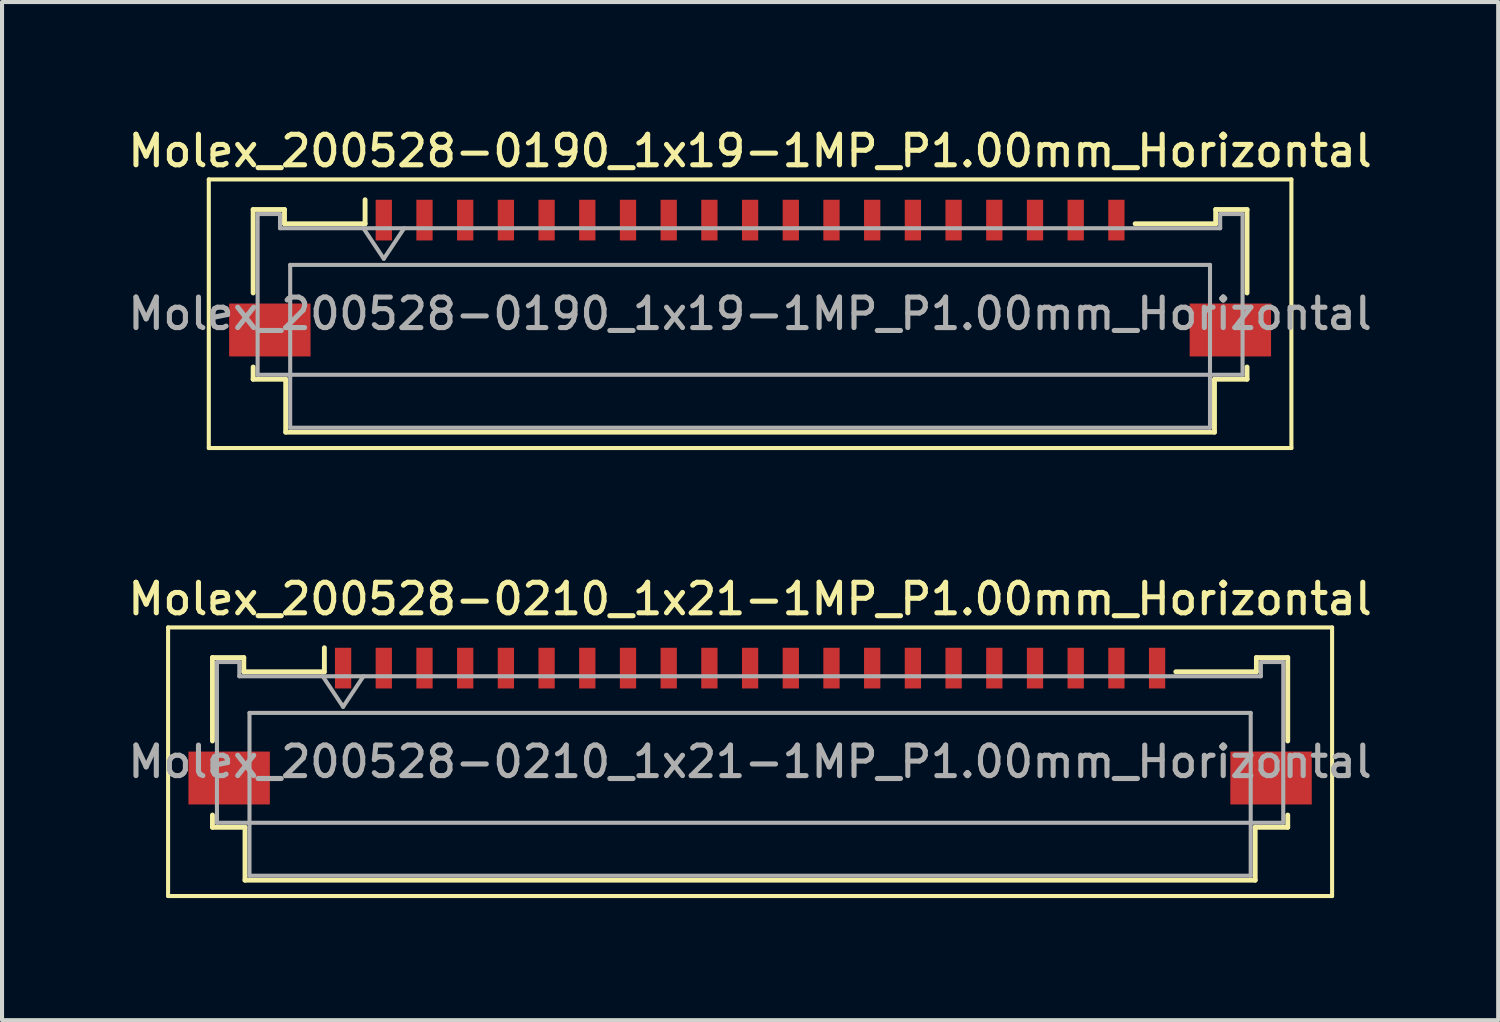
<source format=kicad_pcb>
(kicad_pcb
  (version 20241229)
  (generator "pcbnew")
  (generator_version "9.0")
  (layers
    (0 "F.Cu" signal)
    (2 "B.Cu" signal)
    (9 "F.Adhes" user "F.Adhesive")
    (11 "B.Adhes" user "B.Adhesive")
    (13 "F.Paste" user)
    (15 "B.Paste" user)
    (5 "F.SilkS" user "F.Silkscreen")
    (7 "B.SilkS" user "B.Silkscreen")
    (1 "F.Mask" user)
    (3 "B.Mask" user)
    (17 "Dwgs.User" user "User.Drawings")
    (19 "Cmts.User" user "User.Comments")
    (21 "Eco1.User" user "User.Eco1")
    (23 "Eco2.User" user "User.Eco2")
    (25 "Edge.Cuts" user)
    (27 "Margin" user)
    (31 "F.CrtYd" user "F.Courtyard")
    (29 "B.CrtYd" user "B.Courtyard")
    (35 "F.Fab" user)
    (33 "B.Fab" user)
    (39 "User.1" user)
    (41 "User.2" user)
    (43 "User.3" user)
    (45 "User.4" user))
  (footprint "Molex_200528-0190_1x19-1MP_P1.00mm_Horizontal"
    (layer "F.Cu")
    (at 15.38 3.268)
    (property "Reference" "Molex_200528-0190_1x19-1MP_P1.00mm_Horizontal" (at 0 -2.61 0) (layer "F.SilkS") (effects (font (size 0.75 0.75) (thickness 0.125))))
    (attr smd)
    (fp_line (start -13.3 -1.91) (end -13.3 4.69) (stroke (width 0.1) (type solid)) (layer "F.SilkS"))
    (fp_line (start -13.3 4.69) (end 13.3 4.69) (stroke (width 0.1) (type solid)) (layer "F.SilkS"))
    (fp_line (start -12.21 -1.17) (end -12.21 0.88) (stroke (width 0.12) (type solid)) (layer "F.SilkS"))
    (fp_line (start -12.21 2.7) (end -12.21 3) (stroke (width 0.12) (type solid)) (layer "F.SilkS"))
    (fp_line (start -12.21 3) (end -11.41 3) (stroke (width 0.12) (type solid)) (layer "F.SilkS"))
    (fp_line (start -11.44 -1.17) (end -12.21 -1.17) (stroke (width 0.12) (type solid)) (layer "F.SilkS"))
    (fp_line (start -11.44 -0.82) (end -11.44 -1.17) (stroke (width 0.12) (type solid)) (layer "F.SilkS"))
    (fp_line (start -11.41 3) (end -11.41 4.3) (stroke (width 0.12) (type solid)) (layer "F.SilkS"))
    (fp_line (start -11.41 4.3) (end 11.41 4.3) (stroke (width 0.12) (type solid)) (layer "F.SilkS"))
    (fp_line (start -9.46 -1.41) (end -9.46 -0.82) (stroke (width 0.12) (type solid)) (layer "F.SilkS"))
    (fp_line (start -9.46 -0.82) (end -11.44 -0.82) (stroke (width 0.12) (type solid)) (layer "F.SilkS"))
    (fp_line (start 11.41 3) (end 12.21 3) (stroke (width 0.12) (type solid)) (layer "F.SilkS"))
    (fp_line (start 11.41 4.3) (end 11.41 3) (stroke (width 0.12) (type solid)) (layer "F.SilkS"))
    (fp_line (start 11.44 -1.17) (end 11.44 -0.82) (stroke (width 0.12) (type solid)) (layer "F.SilkS"))
    (fp_line (start 11.44 -0.82) (end 9.46 -0.82) (stroke (width 0.12) (type solid)) (layer "F.SilkS"))
    (fp_line (start 12.21 -1.17) (end 11.44 -1.17) (stroke (width 0.12) (type solid)) (layer "F.SilkS"))
    (fp_line (start 12.21 0.88) (end 12.21 -1.17) (stroke (width 0.12) (type solid)) (layer "F.SilkS"))
    (fp_line (start 12.21 3) (end 12.21 2.7) (stroke (width 0.12) (type solid)) (layer "F.SilkS"))
    (fp_line (start 13.3 -1.91) (end -13.3 -1.91) (stroke (width 0.1) (type solid)) (layer "F.SilkS"))
    (fp_line (start 13.3 4.69) (end 13.3 -1.91) (stroke (width 0.1) (type solid)) (layer "F.SilkS"))
    (fp_line (start -12.1 -1.06) (end -12.1 2.89) (stroke (width 0.1) (type solid)) (layer "F.Fab"))
    (fp_line (start -12.1 2.89) (end 12.1 2.89) (stroke (width 0.1) (type solid)) (layer "F.Fab"))
    (fp_line (start -11.55 -1.06) (end -12.1 -1.06) (stroke (width 0.1) (type solid)) (layer "F.Fab"))
    (fp_line (start -11.55 -0.71) (end -11.55 -1.06) (stroke (width 0.1) (type solid)) (layer "F.Fab"))
    (fp_line (start -11.3 0.19) (end -11.3 4.19) (stroke (width 0.1) (type solid)) (layer "F.Fab"))
    (fp_line (start -11.3 4.19) (end 11.3 4.19) (stroke (width 0.1) (type solid)) (layer "F.Fab"))
    (fp_line (start -9.5 -0.71) (end -9 0.04) (stroke (width 0.1) (type solid)) (layer "F.Fab"))
    (fp_line (start -9 0.04) (end -8.5 -0.71) (stroke (width 0.1) (type solid)) (layer "F.Fab"))
    (fp_line (start 11.3 0.19) (end -11.3 0.19) (stroke (width 0.1) (type solid)) (layer "F.Fab"))
    (fp_line (start 11.3 4.19) (end 11.3 0.19) (stroke (width 0.1) (type solid)) (layer "F.Fab"))
    (fp_line (start 11.55 -1.06) (end 11.55 -0.71) (stroke (width 0.1) (type solid)) (layer "F.Fab"))
    (fp_line (start 11.55 -0.71) (end -11.55 -0.71) (stroke (width 0.1) (type solid)) (layer "F.Fab"))
    (fp_line (start 12.1 -1.06) (end 11.55 -1.06) (stroke (width 0.1) (type solid)) (layer "F.Fab"))
    (fp_line (start 12.1 2.89) (end 12.1 -1.06) (stroke (width 0.1) (type solid)) (layer "F.Fab"))
    (fp_text user "${REFERENCE}" (at 0 1.39 0) (layer "F.Fab") (effects (font (size 0.75 0.75) (thickness 0.125))))
    (pad "1" smd rect (at -9 -0.91) (size 0.4 1) (layers "F.Cu" "F.Mask" "F.Paste"))
    (pad "2" smd rect (at -8 -0.91) (size 0.4 1) (layers "F.Cu" "F.Mask" "F.Paste"))
    (pad "3" smd rect (at -7 -0.91) (size 0.4 1) (layers "F.Cu" "F.Mask" "F.Paste"))
    (pad "4" smd rect (at -6 -0.91) (size 0.4 1) (layers "F.Cu" "F.Mask" "F.Paste"))
    (pad "5" smd rect (at -5 -0.91) (size 0.4 1) (layers "F.Cu" "F.Mask" "F.Paste"))
    (pad "6" smd rect (at -4 -0.91) (size 0.4 1) (layers "F.Cu" "F.Mask" "F.Paste"))
    (pad "7" smd rect (at -3 -0.91) (size 0.4 1) (layers "F.Cu" "F.Mask" "F.Paste"))
    (pad "8" smd rect (at -2 -0.91) (size 0.4 1) (layers "F.Cu" "F.Mask" "F.Paste"))
    (pad "9" smd rect (at -1 -0.91) (size 0.4 1) (layers "F.Cu" "F.Mask" "F.Paste"))
    (pad "10" smd rect (at 0 -0.91) (size 0.4 1) (layers "F.Cu" "F.Mask" "F.Paste"))
    (pad "11" smd rect (at 1 -0.91) (size 0.4 1) (layers "F.Cu" "F.Mask" "F.Paste"))
    (pad "12" smd rect (at 2 -0.91) (size 0.4 1) (layers "F.Cu" "F.Mask" "F.Paste"))
    (pad "13" smd rect (at 3 -0.91) (size 0.4 1) (layers "F.Cu" "F.Mask" "F.Paste"))
    (pad "14" smd rect (at 4 -0.91) (size 0.4 1) (layers "F.Cu" "F.Mask" "F.Paste"))
    (pad "15" smd rect (at 5 -0.91) (size 0.4 1) (layers "F.Cu" "F.Mask" "F.Paste"))
    (pad "16" smd rect (at 6 -0.91) (size 0.4 1) (layers "F.Cu" "F.Mask" "F.Paste"))
    (pad "17" smd rect (at 7 -0.91) (size 0.4 1) (layers "F.Cu" "F.Mask" "F.Paste"))
    (pad "18" smd rect (at 8 -0.91) (size 0.4 1) (layers "F.Cu" "F.Mask" "F.Paste"))
    (pad "19" smd rect (at 9 -0.91) (size 0.4 1) (layers "F.Cu" "F.Mask" "F.Paste"))
    (pad "MP" smd rect (at -11.8 1.79) (size 2 1.3) (layers "F.Cu" "F.Mask" "F.Paste"))
    (pad "MP" smd rect (at 11.8 1.79) (size 2 1.3) (layers "F.Cu" "F.Mask" "F.Paste")))
  (footprint "Molex_200528-0210_1x21-1MP_P1.00mm_Horizontal"
    (layer "F.Cu")
    (at 15.38 14.276)
    (property "Reference" "Molex_200528-0210_1x21-1MP_P1.00mm_Horizontal" (at 0 -2.61 0) (layer "F.SilkS") (effects (font (size 0.75 0.75) (thickness 0.125))))
    (attr smd)
    (fp_line (start -14.3 -1.91) (end -14.3 4.69) (stroke (width 0.1) (type solid)) (layer "F.SilkS"))
    (fp_line (start -14.3 4.69) (end 14.3 4.69) (stroke (width 0.1) (type solid)) (layer "F.SilkS"))
    (fp_line (start -13.21 -1.17) (end -13.21 0.88) (stroke (width 0.12) (type solid)) (layer "F.SilkS"))
    (fp_line (start -13.21 2.7) (end -13.21 3) (stroke (width 0.12) (type solid)) (layer "F.SilkS"))
    (fp_line (start -13.21 3) (end -12.41 3) (stroke (width 0.12) (type solid)) (layer "F.SilkS"))
    (fp_line (start -12.44 -1.17) (end -13.21 -1.17) (stroke (width 0.12) (type solid)) (layer "F.SilkS"))
    (fp_line (start -12.44 -0.82) (end -12.44 -1.17) (stroke (width 0.12) (type solid)) (layer "F.SilkS"))
    (fp_line (start -12.41 3) (end -12.41 4.3) (stroke (width 0.12) (type solid)) (layer "F.SilkS"))
    (fp_line (start -12.41 4.3) (end 12.41 4.3) (stroke (width 0.12) (type solid)) (layer "F.SilkS"))
    (fp_line (start -10.46 -1.41) (end -10.46 -0.82) (stroke (width 0.12) (type solid)) (layer "F.SilkS"))
    (fp_line (start -10.46 -0.82) (end -12.44 -0.82) (stroke (width 0.12) (type solid)) (layer "F.SilkS"))
    (fp_line (start 12.41 3) (end 13.21 3) (stroke (width 0.12) (type solid)) (layer "F.SilkS"))
    (fp_line (start 12.41 4.3) (end 12.41 3) (stroke (width 0.12) (type solid)) (layer "F.SilkS"))
    (fp_line (start 12.44 -1.17) (end 12.44 -0.82) (stroke (width 0.12) (type solid)) (layer "F.SilkS"))
    (fp_line (start 12.44 -0.82) (end 10.46 -0.82) (stroke (width 0.12) (type solid)) (layer "F.SilkS"))
    (fp_line (start 13.21 -1.17) (end 12.44 -1.17) (stroke (width 0.12) (type solid)) (layer "F.SilkS"))
    (fp_line (start 13.21 0.88) (end 13.21 -1.17) (stroke (width 0.12) (type solid)) (layer "F.SilkS"))
    (fp_line (start 13.21 3) (end 13.21 2.7) (stroke (width 0.12) (type solid)) (layer "F.SilkS"))
    (fp_line (start 14.3 -1.91) (end -14.3 -1.91) (stroke (width 0.1) (type solid)) (layer "F.SilkS"))
    (fp_line (start 14.3 4.69) (end 14.3 -1.91) (stroke (width 0.1) (type solid)) (layer "F.SilkS"))
    (fp_line (start -13.1 -1.06) (end -13.1 2.89) (stroke (width 0.1) (type solid)) (layer "F.Fab"))
    (fp_line (start -13.1 2.89) (end 13.1 2.89) (stroke (width 0.1) (type solid)) (layer "F.Fab"))
    (fp_line (start -12.55 -1.06) (end -13.1 -1.06) (stroke (width 0.1) (type solid)) (layer "F.Fab"))
    (fp_line (start -12.55 -0.71) (end -12.55 -1.06) (stroke (width 0.1) (type solid)) (layer "F.Fab"))
    (fp_line (start -12.3 0.19) (end -12.3 4.19) (stroke (width 0.1) (type solid)) (layer "F.Fab"))
    (fp_line (start -12.3 4.19) (end 12.3 4.19) (stroke (width 0.1) (type solid)) (layer "F.Fab"))
    (fp_line (start -10.5 -0.71) (end -10 0.04) (stroke (width 0.1) (type solid)) (layer "F.Fab"))
    (fp_line (start -10 0.04) (end -9.5 -0.71) (stroke (width 0.1) (type solid)) (layer "F.Fab"))
    (fp_line (start 12.3 0.19) (end -12.3 0.19) (stroke (width 0.1) (type solid)) (layer "F.Fab"))
    (fp_line (start 12.3 4.19) (end 12.3 0.19) (stroke (width 0.1) (type solid)) (layer "F.Fab"))
    (fp_line (start 12.55 -1.06) (end 12.55 -0.71) (stroke (width 0.1) (type solid)) (layer "F.Fab"))
    (fp_line (start 12.55 -0.71) (end -12.55 -0.71) (stroke (width 0.1) (type solid)) (layer "F.Fab"))
    (fp_line (start 13.1 -1.06) (end 12.55 -1.06) (stroke (width 0.1) (type solid)) (layer "F.Fab"))
    (fp_line (start 13.1 2.89) (end 13.1 -1.06) (stroke (width 0.1) (type solid)) (layer "F.Fab"))
    (fp_text user "${REFERENCE}" (at 0 1.39 0) (layer "F.Fab") (effects (font (size 0.75 0.75) (thickness 0.125))))
    (pad "1" smd rect (at -10 -0.91) (size 0.4 1) (layers "F.Cu" "F.Mask" "F.Paste"))
    (pad "2" smd rect (at -9 -0.91) (size 0.4 1) (layers "F.Cu" "F.Mask" "F.Paste"))
    (pad "3" smd rect (at -8 -0.91) (size 0.4 1) (layers "F.Cu" "F.Mask" "F.Paste"))
    (pad "4" smd rect (at -7 -0.91) (size 0.4 1) (layers "F.Cu" "F.Mask" "F.Paste"))
    (pad "5" smd rect (at -6 -0.91) (size 0.4 1) (layers "F.Cu" "F.Mask" "F.Paste"))
    (pad "6" smd rect (at -5 -0.91) (size 0.4 1) (layers "F.Cu" "F.Mask" "F.Paste"))
    (pad "7" smd rect (at -4 -0.91) (size 0.4 1) (layers "F.Cu" "F.Mask" "F.Paste"))
    (pad "8" smd rect (at -3 -0.91) (size 0.4 1) (layers "F.Cu" "F.Mask" "F.Paste"))
    (pad "9" smd rect (at -2 -0.91) (size 0.4 1) (layers "F.Cu" "F.Mask" "F.Paste"))
    (pad "10" smd rect (at -1 -0.91) (size 0.4 1) (layers "F.Cu" "F.Mask" "F.Paste"))
    (pad "11" smd rect (at 0 -0.91) (size 0.4 1) (layers "F.Cu" "F.Mask" "F.Paste"))
    (pad "12" smd rect (at 1 -0.91) (size 0.4 1) (layers "F.Cu" "F.Mask" "F.Paste"))
    (pad "13" smd rect (at 2 -0.91) (size 0.4 1) (layers "F.Cu" "F.Mask" "F.Paste"))
    (pad "14" smd rect (at 3 -0.91) (size 0.4 1) (layers "F.Cu" "F.Mask" "F.Paste"))
    (pad "15" smd rect (at 4 -0.91) (size 0.4 1) (layers "F.Cu" "F.Mask" "F.Paste"))
    (pad "16" smd rect (at 5 -0.91) (size 0.4 1) (layers "F.Cu" "F.Mask" "F.Paste"))
    (pad "17" smd rect (at 6 -0.91) (size 0.4 1) (layers "F.Cu" "F.Mask" "F.Paste"))
    (pad "18" smd rect (at 7 -0.91) (size 0.4 1) (layers "F.Cu" "F.Mask" "F.Paste"))
    (pad "19" smd rect (at 8 -0.91) (size 0.4 1) (layers "F.Cu" "F.Mask" "F.Paste"))
    (pad "20" smd rect (at 9 -0.91) (size 0.4 1) (layers "F.Cu" "F.Mask" "F.Paste"))
    (pad "21" smd rect (at 10 -0.91) (size 0.4 1) (layers "F.Cu" "F.Mask" "F.Paste"))
    (pad "MP" smd rect (at -12.8 1.79) (size 2 1.3) (layers "F.Cu" "F.Mask" "F.Paste"))
    (pad "MP" smd rect (at 12.8 1.79) (size 2 1.3) (layers "F.Cu" "F.Mask" "F.Paste")))
  (gr_rect
    (start -3 -3)
    (end 33.761 22.016)
    (stroke (width 0.1) (type default))
    (fill no)
    (layer "Edge.Cuts")))
</source>
